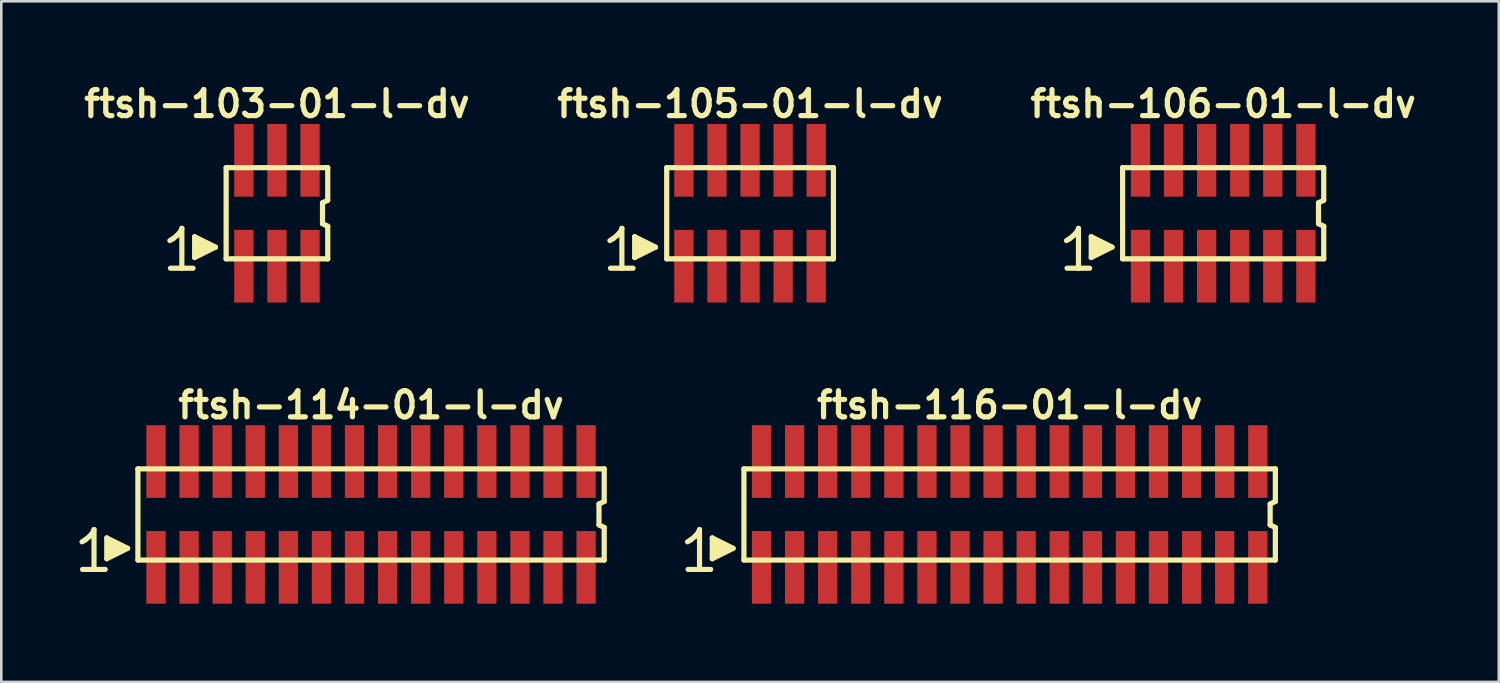
<source format=kicad_pcb>
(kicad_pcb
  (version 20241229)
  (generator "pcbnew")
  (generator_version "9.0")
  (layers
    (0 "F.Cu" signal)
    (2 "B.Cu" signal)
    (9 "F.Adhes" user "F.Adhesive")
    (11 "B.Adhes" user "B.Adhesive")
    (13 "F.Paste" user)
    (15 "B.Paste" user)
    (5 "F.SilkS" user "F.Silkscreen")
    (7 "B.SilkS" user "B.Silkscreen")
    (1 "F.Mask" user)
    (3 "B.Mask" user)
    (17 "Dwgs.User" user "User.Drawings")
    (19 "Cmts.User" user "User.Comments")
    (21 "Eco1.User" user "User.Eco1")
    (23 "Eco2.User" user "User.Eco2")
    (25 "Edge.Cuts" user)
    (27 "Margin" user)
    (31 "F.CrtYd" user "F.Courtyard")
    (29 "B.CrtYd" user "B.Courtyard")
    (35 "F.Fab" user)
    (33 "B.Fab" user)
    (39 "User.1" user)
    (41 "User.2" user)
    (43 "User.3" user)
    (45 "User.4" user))
  (footprint "ftsh-105-01-l-dv"
    (layer "F.Cu")
    (at 25.743 5.136)
    (property "Reference" "ftsh-105-01-l-dv" (at 0 -4.2 0) (layer "F.SilkS") (effects (font (size 1 1) (thickness 0.2))))
    (attr through_hole)
    (fp_line (start -5.38 1.05) (end -5.25 0.97) (stroke (width 0.198) (type solid)) (layer "F.SilkS"))
    (fp_line (start -5.25 0.97) (end -5.09 0.84) (stroke (width 0.198) (type solid)) (layer "F.SilkS"))
    (fp_line (start -5.09 0.84) (end -4.95 0.67) (stroke (width 0.198) (type solid)) (layer "F.SilkS"))
    (fp_line (start -4.95 0.67) (end -4.92 0.58) (stroke (width 0.198) (type solid)) (layer "F.SilkS"))
    (fp_line (start -4.92 0.58) (end -4.92 2.11) (stroke (width 0.198) (type solid)) (layer "F.SilkS"))
    (fp_line (start -4.92 2.11) (end -5.36 2.11) (stroke (width 0.198) (type solid)) (layer "F.SilkS"))
    (fp_line (start -4.49 2.11) (end -4.93 2.11) (stroke (width 0.198) (type solid)) (layer "F.SilkS"))
    (fp_line (start -4.43 0.9) (end -3.63 1.3) (stroke (width 0.198) (type solid)) (layer "F.SilkS"))
    (fp_line (start -4.43 1.7) (end -4.43 0.9) (stroke (width 0.198) (type solid)) (layer "F.SilkS"))
    (fp_line (start -4.33 1.6) (end -4.33 1) (stroke (width 0.198) (type solid)) (layer "F.SilkS"))
    (fp_line (start -4.23 1.1) (end -4.23 1.5) (stroke (width 0.198) (type solid)) (layer "F.SilkS"))
    (fp_line (start -4.13 1.5) (end -4.13 1.1) (stroke (width 0.198) (type solid)) (layer "F.SilkS"))
    (fp_line (start -4.03 1.2) (end -4.03 1.4) (stroke (width 0.198) (type solid)) (layer "F.SilkS"))
    (fp_line (start -3.93 1.4) (end -3.93 1.2) (stroke (width 0.198) (type solid)) (layer "F.SilkS"))
    (fp_line (start -3.63 1.3) (end -4.43 1.7) (stroke (width 0.198) (type solid)) (layer "F.SilkS"))
    (fp_line (start -3.2 -1.75) (end -3.2 1.75) (stroke (width 0.2) (type solid)) (layer "F.SilkS"))
    (fp_line (start -3.2 -1.75) (end 3.2 -1.75) (stroke (width 0.2) (type solid)) (layer "F.SilkS"))
    (fp_line (start -3.2 1.75) (end 3.2 1.75) (stroke (width 0.2) (type solid)) (layer "F.SilkS"))
    (fp_line (start 3.2 -1.75) (end 3.2 1.75) (stroke (width 0.2) (type solid)) (layer "F.SilkS"))
    (pad "1" smd rect (at -2.54 2.032) (size 0.74 2.79) (layers "F.Cu" "F.Mask" "F.Paste"))
    (pad "2" smd rect (at -2.54 -2.032) (size 0.74 2.79) (layers "F.Cu" "F.Mask" "F.Paste"))
    (pad "3" smd rect (at -1.27 2.032) (size 0.74 2.79) (layers "F.Cu" "F.Mask" "F.Paste"))
    (pad "4" smd rect (at -1.27 -2.032) (size 0.74 2.79) (layers "F.Cu" "F.Mask" "F.Paste"))
    (pad "5" smd rect (at 0 2.032) (size 0.74 2.79) (layers "F.Cu" "F.Mask" "F.Paste"))
    (pad "6" smd rect (at 0 -2.032) (size 0.74 2.79) (layers "F.Cu" "F.Mask" "F.Paste"))
    (pad "7" smd rect (at 1.27 2.032) (size 0.74 2.79) (layers "F.Cu" "F.Mask" "F.Paste"))
    (pad "8" smd rect (at 1.27 -2.032) (size 0.74 2.79) (layers "F.Cu" "F.Mask" "F.Paste"))
    (pad "9" smd rect (at 2.54 2.032) (size 0.74 2.79) (layers "F.Cu" "F.Mask" "F.Paste"))
    (pad "10" smd rect (at 2.54 -2.032) (size 0.74 2.79) (layers "F.Cu" "F.Mask" "F.Paste")))
  (footprint "ftsh-116-01-l-dv"
    (layer "F.Cu")
    (at 35.708 16.699)
    (property "Reference" "ftsh-116-01-l-dv" (at 0 -4.2 0) (layer "F.SilkS") (effects (font (size 1 1) (thickness 0.2))))
    (attr through_hole)
    (fp_line (start -12.365 1.05) (end -12.235 0.97) (stroke (width 0.198) (type solid)) (layer "F.SilkS"))
    (fp_line (start -12.235 0.97) (end -12.075 0.84) (stroke (width 0.198) (type solid)) (layer "F.SilkS"))
    (fp_line (start -12.075 0.84) (end -11.935 0.67) (stroke (width 0.198) (type solid)) (layer "F.SilkS"))
    (fp_line (start -11.935 0.67) (end -11.905 0.58) (stroke (width 0.198) (type solid)) (layer "F.SilkS"))
    (fp_line (start -11.905 0.58) (end -11.905 2.11) (stroke (width 0.198) (type solid)) (layer "F.SilkS"))
    (fp_line (start -11.905 2.11) (end -12.345 2.11) (stroke (width 0.198) (type solid)) (layer "F.SilkS"))
    (fp_line (start -11.475 2.11) (end -11.915 2.11) (stroke (width 0.198) (type solid)) (layer "F.SilkS"))
    (fp_line (start -11.415 0.9) (end -10.615 1.3) (stroke (width 0.198) (type solid)) (layer "F.SilkS"))
    (fp_line (start -11.415 1.7) (end -11.415 0.9) (stroke (width 0.198) (type solid)) (layer "F.SilkS"))
    (fp_line (start -11.315 1.6) (end -11.315 1) (stroke (width 0.198) (type solid)) (layer "F.SilkS"))
    (fp_line (start -11.215 1.1) (end -11.215 1.5) (stroke (width 0.198) (type solid)) (layer "F.SilkS"))
    (fp_line (start -11.115 1.5) (end -11.115 1.1) (stroke (width 0.198) (type solid)) (layer "F.SilkS"))
    (fp_line (start -11.015 1.2) (end -11.015 1.4) (stroke (width 0.198) (type solid)) (layer "F.SilkS"))
    (fp_line (start -10.915 1.4) (end -10.915 1.2) (stroke (width 0.198) (type solid)) (layer "F.SilkS"))
    (fp_line (start -10.615 1.3) (end -11.415 1.7) (stroke (width 0.198) (type solid)) (layer "F.SilkS"))
    (fp_line (start -10.2 -1.75) (end -10.2 1.75) (stroke (width 0.2) (type solid)) (layer "F.SilkS"))
    (fp_line (start -10.2 -1.75) (end 10.2 -1.75) (stroke (width 0.2) (type solid)) (layer "F.SilkS"))
    (fp_line (start -10.2 1.75) (end 10.2 1.75) (stroke (width 0.2) (type solid)) (layer "F.SilkS"))
    (fp_line (start 10 -0.4) (end 10 0.4) (stroke (width 0.2) (type solid)) (layer "F.SilkS"))
    (fp_line (start 10 0.4) (end 10.2 0.5) (stroke (width 0.2) (type solid)) (layer "F.SilkS"))
    (fp_line (start 10.2 -0.5) (end 10 -0.4) (stroke (width 0.2) (type solid)) (layer "F.SilkS"))
    (fp_line (start 10.2 -0.5) (end 10.2 -1.75) (stroke (width 0.2) (type solid)) (layer "F.SilkS"))
    (fp_line (start 10.2 0.5) (end 10.2 1.75) (stroke (width 0.2) (type solid)) (layer "F.SilkS"))
    (pad "1" smd rect (at -9.525 2.032) (size 0.74 2.79) (layers "F.Cu" "F.Mask" "F.Paste"))
    (pad "2" smd rect (at -9.525 -2.032) (size 0.74 2.79) (layers "F.Cu" "F.Mask" "F.Paste"))
    (pad "3" smd rect (at -8.255 2.032) (size 0.74 2.79) (layers "F.Cu" "F.Mask" "F.Paste"))
    (pad "4" smd rect (at -8.255 -2.032) (size 0.74 2.79) (layers "F.Cu" "F.Mask" "F.Paste"))
    (pad "5" smd rect (at -6.985 2.032) (size 0.74 2.79) (layers "F.Cu" "F.Mask" "F.Paste"))
    (pad "6" smd rect (at -6.985 -2.032) (size 0.74 2.79) (layers "F.Cu" "F.Mask" "F.Paste"))
    (pad "7" smd rect (at -5.715 2.032) (size 0.74 2.79) (layers "F.Cu" "F.Mask" "F.Paste"))
    (pad "8" smd rect (at -5.715 -2.032) (size 0.74 2.79) (layers "F.Cu" "F.Mask" "F.Paste"))
    (pad "9" smd rect (at -4.445 2.032) (size 0.74 2.79) (layers "F.Cu" "F.Mask" "F.Paste"))
    (pad "10" smd rect (at -4.445 -2.032) (size 0.74 2.79) (layers "F.Cu" "F.Mask" "F.Paste"))
    (pad "11" smd rect (at -3.175 2.032) (size 0.74 2.79) (layers "F.Cu" "F.Mask" "F.Paste"))
    (pad "12" smd rect (at -3.175 -2.032) (size 0.74 2.79) (layers "F.Cu" "F.Mask" "F.Paste"))
    (pad "13" smd rect (at -1.905 2.032) (size 0.74 2.79) (layers "F.Cu" "F.Mask" "F.Paste"))
    (pad "14" smd rect (at -1.905 -2.032) (size 0.74 2.79) (layers "F.Cu" "F.Mask" "F.Paste"))
    (pad "15" smd rect (at -0.635 2.032) (size 0.74 2.79) (layers "F.Cu" "F.Mask" "F.Paste"))
    (pad "16" smd rect (at -0.635 -2.032) (size 0.74 2.79) (layers "F.Cu" "F.Mask" "F.Paste"))
    (pad "17" smd rect (at 0.635 2.032) (size 0.74 2.79) (layers "F.Cu" "F.Mask" "F.Paste"))
    (pad "18" smd rect (at 0.635 -2.032) (size 0.74 2.79) (layers "F.Cu" "F.Mask" "F.Paste"))
    (pad "19" smd rect (at 1.905 2.032) (size 0.74 2.79) (layers "F.Cu" "F.Mask" "F.Paste"))
    (pad "20" smd rect (at 1.905 -2.032) (size 0.74 2.79) (layers "F.Cu" "F.Mask" "F.Paste"))
    (pad "21" smd rect (at 3.175 2.032) (size 0.74 2.79) (layers "F.Cu" "F.Mask" "F.Paste"))
    (pad "22" smd rect (at 3.175 -2.032) (size 0.74 2.79) (layers "F.Cu" "F.Mask" "F.Paste"))
    (pad "23" smd rect (at 4.445 2.032) (size 0.74 2.79) (layers "F.Cu" "F.Mask" "F.Paste"))
    (pad "24" smd rect (at 4.445 -2.032) (size 0.74 2.79) (layers "F.Cu" "F.Mask" "F.Paste"))
    (pad "25" smd rect (at 5.715 2.032) (size 0.74 2.79) (layers "F.Cu" "F.Mask" "F.Paste"))
    (pad "26" smd rect (at 5.715 -2.032) (size 0.74 2.79) (layers "F.Cu" "F.Mask" "F.Paste"))
    (pad "27" smd rect (at 6.985 2.032) (size 0.74 2.79) (layers "F.Cu" "F.Mask" "F.Paste"))
    (pad "28" smd rect (at 6.985 -2.032) (size 0.74 2.79) (layers "F.Cu" "F.Mask" "F.Paste"))
    (pad "29" smd rect (at 8.255 2.032) (size 0.74 2.79) (layers "F.Cu" "F.Mask" "F.Paste"))
    (pad "30" smd rect (at 8.255 -2.032) (size 0.74 2.79) (layers "F.Cu" "F.Mask" "F.Paste"))
    (pad "31" smd rect (at 9.525 2.032) (size 0.74 2.79) (layers "F.Cu" "F.Mask" "F.Paste"))
    (pad "32" smd rect (at 9.525 -2.032) (size 0.74 2.79) (layers "F.Cu" "F.Mask" "F.Paste")))
  (footprint "ftsh-103-01-l-dv"
    (layer "F.Cu")
    (at 7.581 5.136)
    (property "Reference" "ftsh-103-01-l-dv" (at 0 -4.2 0) (layer "F.SilkS") (effects (font (size 1 1) (thickness 0.2))))
    (attr through_hole)
    (fp_line (start -4.11 1.05) (end -3.98 0.97) (stroke (width 0.198) (type solid)) (layer "F.SilkS"))
    (fp_line (start -3.98 0.97) (end -3.82 0.84) (stroke (width 0.198) (type solid)) (layer "F.SilkS"))
    (fp_line (start -3.82 0.84) (end -3.68 0.67) (stroke (width 0.198) (type solid)) (layer "F.SilkS"))
    (fp_line (start -3.68 0.67) (end -3.65 0.58) (stroke (width 0.198) (type solid)) (layer "F.SilkS"))
    (fp_line (start -3.65 0.58) (end -3.65 2.11) (stroke (width 0.198) (type solid)) (layer "F.SilkS"))
    (fp_line (start -3.65 2.11) (end -4.09 2.11) (stroke (width 0.198) (type solid)) (layer "F.SilkS"))
    (fp_line (start -3.22 2.11) (end -3.66 2.11) (stroke (width 0.198) (type solid)) (layer "F.SilkS"))
    (fp_line (start -3.16 0.9) (end -2.36 1.3) (stroke (width 0.198) (type solid)) (layer "F.SilkS"))
    (fp_line (start -3.16 1.7) (end -3.16 0.9) (stroke (width 0.198) (type solid)) (layer "F.SilkS"))
    (fp_line (start -3.06 1.6) (end -3.06 1) (stroke (width 0.198) (type solid)) (layer "F.SilkS"))
    (fp_line (start -2.96 1.1) (end -2.96 1.5) (stroke (width 0.198) (type solid)) (layer "F.SilkS"))
    (fp_line (start -2.86 1.5) (end -2.86 1.1) (stroke (width 0.198) (type solid)) (layer "F.SilkS"))
    (fp_line (start -2.76 1.2) (end -2.76 1.4) (stroke (width 0.198) (type solid)) (layer "F.SilkS"))
    (fp_line (start -2.66 1.4) (end -2.66 1.2) (stroke (width 0.198) (type solid)) (layer "F.SilkS"))
    (fp_line (start -2.36 1.3) (end -3.16 1.7) (stroke (width 0.198) (type solid)) (layer "F.SilkS"))
    (fp_line (start -1.95 -1.75) (end -1.95 1.75) (stroke (width 0.2) (type solid)) (layer "F.SilkS"))
    (fp_line (start -1.95 -1.75) (end 1.95 -1.75) (stroke (width 0.2) (type solid)) (layer "F.SilkS"))
    (fp_line (start -1.95 1.75) (end 1.95 1.75) (stroke (width 0.2) (type solid)) (layer "F.SilkS"))
    (fp_line (start 1.75 -0.4) (end 1.75 0.4) (stroke (width 0.2) (type solid)) (layer "F.SilkS"))
    (fp_line (start 1.75 -0.4) (end 1.95 -0.5) (stroke (width 0.2) (type solid)) (layer "F.SilkS"))
    (fp_line (start 1.75 0.4) (end 1.95 0.5) (stroke (width 0.2) (type solid)) (layer "F.SilkS"))
    (fp_line (start 1.95 -0.5) (end 1.95 -1.75) (stroke (width 0.2) (type solid)) (layer "F.SilkS"))
    (fp_line (start 1.95 0.5) (end 1.95 1.75) (stroke (width 0.2) (type solid)) (layer "F.SilkS"))
    (pad "1" smd rect (at -1.27 2.032) (size 0.74 2.79) (layers "F.Cu" "F.Mask" "F.Paste"))
    (pad "2" smd rect (at -1.27 -2.032) (size 0.74 2.79) (layers "F.Cu" "F.Mask" "F.Paste"))
    (pad "3" smd rect (at 0 2.032) (size 0.74 2.79) (layers "F.Cu" "F.Mask" "F.Paste"))
    (pad "4" smd rect (at 0 -2.032) (size 0.74 2.79) (layers "F.Cu" "F.Mask" "F.Paste"))
    (pad "5" smd rect (at 1.27 2.032) (size 0.74 2.79) (layers "F.Cu" "F.Mask" "F.Paste"))
    (pad "6" smd rect (at 1.27 -2.032) (size 0.74 2.79) (layers "F.Cu" "F.Mask" "F.Paste")))
  (footprint "ftsh-106-01-l-dv"
    (layer "F.Cu")
    (at 43.905 5.136)
    (property "Reference" "ftsh-106-01-l-dv" (at 0 -4.2 0) (layer "F.SilkS") (effects (font (size 1 1) (thickness 0.2))))
    (attr through_hole)
    (fp_line (start -6.015 1.05) (end -5.885 0.97) (stroke (width 0.198) (type solid)) (layer "F.SilkS"))
    (fp_line (start -5.885 0.97) (end -5.725 0.84) (stroke (width 0.198) (type solid)) (layer "F.SilkS"))
    (fp_line (start -5.725 0.84) (end -5.585 0.67) (stroke (width 0.198) (type solid)) (layer "F.SilkS"))
    (fp_line (start -5.585 0.67) (end -5.555 0.58) (stroke (width 0.198) (type solid)) (layer "F.SilkS"))
    (fp_line (start -5.555 0.58) (end -5.555 2.11) (stroke (width 0.198) (type solid)) (layer "F.SilkS"))
    (fp_line (start -5.555 2.11) (end -5.995 2.11) (stroke (width 0.198) (type solid)) (layer "F.SilkS"))
    (fp_line (start -5.125 2.11) (end -5.565 2.11) (stroke (width 0.198) (type solid)) (layer "F.SilkS"))
    (fp_line (start -5.065 0.9) (end -4.265 1.3) (stroke (width 0.198) (type solid)) (layer "F.SilkS"))
    (fp_line (start -5.065 1.7) (end -5.065 0.9) (stroke (width 0.198) (type solid)) (layer "F.SilkS"))
    (fp_line (start -4.965 1.6) (end -4.965 1) (stroke (width 0.198) (type solid)) (layer "F.SilkS"))
    (fp_line (start -4.865 1.1) (end -4.865 1.5) (stroke (width 0.198) (type solid)) (layer "F.SilkS"))
    (fp_line (start -4.765 1.5) (end -4.765 1.1) (stroke (width 0.198) (type solid)) (layer "F.SilkS"))
    (fp_line (start -4.665 1.2) (end -4.665 1.4) (stroke (width 0.198) (type solid)) (layer "F.SilkS"))
    (fp_line (start -4.565 1.4) (end -4.565 1.2) (stroke (width 0.198) (type solid)) (layer "F.SilkS"))
    (fp_line (start -4.265 1.3) (end -5.065 1.7) (stroke (width 0.198) (type solid)) (layer "F.SilkS"))
    (fp_line (start -3.86 -1.75) (end -3.86 1.75) (stroke (width 0.2) (type solid)) (layer "F.SilkS"))
    (fp_line (start -3.86 -1.75) (end 3.86 -1.75) (stroke (width 0.2) (type solid)) (layer "F.SilkS"))
    (fp_line (start -3.86 1.75) (end 3.86 1.75) (stroke (width 0.2) (type solid)) (layer "F.SilkS"))
    (fp_line (start 3.66 -0.4) (end 3.66 0.4) (stroke (width 0.2) (type solid)) (layer "F.SilkS"))
    (fp_line (start 3.66 0.4) (end 3.86 0.5) (stroke (width 0.2) (type solid)) (layer "F.SilkS"))
    (fp_line (start 3.86 -0.5) (end 3.66 -0.4) (stroke (width 0.2) (type solid)) (layer "F.SilkS"))
    (fp_line (start 3.86 -0.5) (end 3.86 -1.75) (stroke (width 0.2) (type solid)) (layer "F.SilkS"))
    (fp_line (start 3.86 0.5) (end 3.86 1.75) (stroke (width 0.2) (type solid)) (layer "F.SilkS"))
    (pad "1" smd rect (at -3.175 2.032) (size 0.74 2.79) (layers "F.Cu" "F.Mask" "F.Paste"))
    (pad "2" smd rect (at -3.175 -2.032) (size 0.74 2.79) (layers "F.Cu" "F.Mask" "F.Paste"))
    (pad "3" smd rect (at -1.905 2.032) (size 0.74 2.79) (layers "F.Cu" "F.Mask" "F.Paste"))
    (pad "4" smd rect (at -1.905 -2.032) (size 0.74 2.79) (layers "F.Cu" "F.Mask" "F.Paste"))
    (pad "5" smd rect (at -0.635 2.032) (size 0.74 2.79) (layers "F.Cu" "F.Mask" "F.Paste"))
    (pad "6" smd rect (at -0.635 -2.032) (size 0.74 2.79) (layers "F.Cu" "F.Mask" "F.Paste"))
    (pad "7" smd rect (at 0.635 2.032) (size 0.74 2.79) (layers "F.Cu" "F.Mask" "F.Paste"))
    (pad "8" smd rect (at 0.635 -2.032) (size 0.74 2.79) (layers "F.Cu" "F.Mask" "F.Paste"))
    (pad "9" smd rect (at 1.905 2.032) (size 0.74 2.79) (layers "F.Cu" "F.Mask" "F.Paste"))
    (pad "10" smd rect (at 1.905 -2.032) (size 0.74 2.79) (layers "F.Cu" "F.Mask" "F.Paste"))
    (pad "11" smd rect (at 3.175 2.032) (size 0.74 2.79) (layers "F.Cu" "F.Mask" "F.Paste"))
    (pad "12" smd rect (at 3.175 -2.032) (size 0.74 2.79) (layers "F.Cu" "F.Mask" "F.Paste")))
  (footprint "ftsh-114-01-l-dv"
    (layer "F.Cu")
    (at 11.194 16.699)
    (property "Reference" "ftsh-114-01-l-dv" (at 0 -4.2 0) (layer "F.SilkS") (effects (font (size 1 1) (thickness 0.2))))
    (attr through_hole)
    (fp_line (start -11.095 1.05) (end -10.965 0.97) (stroke (width 0.198) (type solid)) (layer "F.SilkS"))
    (fp_line (start -10.965 0.97) (end -10.805 0.84) (stroke (width 0.198) (type solid)) (layer "F.SilkS"))
    (fp_line (start -10.805 0.84) (end -10.665 0.67) (stroke (width 0.198) (type solid)) (layer "F.SilkS"))
    (fp_line (start -10.665 0.67) (end -10.635 0.58) (stroke (width 0.198) (type solid)) (layer "F.SilkS"))
    (fp_line (start -10.635 0.58) (end -10.635 2.11) (stroke (width 0.198) (type solid)) (layer "F.SilkS"))
    (fp_line (start -10.635 2.11) (end -11.075 2.11) (stroke (width 0.198) (type solid)) (layer "F.SilkS"))
    (fp_line (start -10.205 2.11) (end -10.645 2.11) (stroke (width 0.198) (type solid)) (layer "F.SilkS"))
    (fp_line (start -10.145 0.9) (end -9.345 1.3) (stroke (width 0.198) (type solid)) (layer "F.SilkS"))
    (fp_line (start -10.145 1.7) (end -10.145 0.9) (stroke (width 0.198) (type solid)) (layer "F.SilkS"))
    (fp_line (start -10.045 1.6) (end -10.045 1) (stroke (width 0.198) (type solid)) (layer "F.SilkS"))
    (fp_line (start -9.945 1.1) (end -9.945 1.5) (stroke (width 0.198) (type solid)) (layer "F.SilkS"))
    (fp_line (start -9.845 1.5) (end -9.845 1.1) (stroke (width 0.198) (type solid)) (layer "F.SilkS"))
    (fp_line (start -9.745 1.2) (end -9.745 1.4) (stroke (width 0.198) (type solid)) (layer "F.SilkS"))
    (fp_line (start -9.645 1.4) (end -9.645 1.2) (stroke (width 0.198) (type solid)) (layer "F.SilkS"))
    (fp_line (start -9.345 1.3) (end -10.145 1.7) (stroke (width 0.198) (type solid)) (layer "F.SilkS"))
    (fp_line (start -8.95 -1.75) (end -8.95 1.75) (stroke (width 0.2) (type solid)) (layer "F.SilkS"))
    (fp_line (start -8.95 -1.75) (end 8.95 -1.75) (stroke (width 0.2) (type solid)) (layer "F.SilkS"))
    (fp_line (start -8.95 1.75) (end 8.95 1.75) (stroke (width 0.2) (type solid)) (layer "F.SilkS"))
    (fp_line (start 8.75 -0.4) (end 8.75 0.4) (stroke (width 0.2) (type solid)) (layer "F.SilkS"))
    (fp_line (start 8.75 0.4) (end 8.95 0.5) (stroke (width 0.2) (type solid)) (layer "F.SilkS"))
    (fp_line (start 8.95 -0.5) (end 8.75 -0.4) (stroke (width 0.2) (type solid)) (layer "F.SilkS"))
    (fp_line (start 8.95 -0.5) (end 8.95 -1.75) (stroke (width 0.2) (type solid)) (layer "F.SilkS"))
    (fp_line (start 8.95 0.5) (end 8.95 1.75) (stroke (width 0.2) (type solid)) (layer "F.SilkS"))
    (pad "1" smd rect (at -8.255 2.032) (size 0.74 2.79) (layers "F.Cu" "F.Mask" "F.Paste"))
    (pad "2" smd rect (at -8.255 -2.032) (size 0.74 2.79) (layers "F.Cu" "F.Mask" "F.Paste"))
    (pad "3" smd rect (at -6.985 2.032) (size 0.74 2.79) (layers "F.Cu" "F.Mask" "F.Paste"))
    (pad "4" smd rect (at -6.985 -2.032) (size 0.74 2.79) (layers "F.Cu" "F.Mask" "F.Paste"))
    (pad "5" smd rect (at -5.715 2.032) (size 0.74 2.79) (layers "F.Cu" "F.Mask" "F.Paste"))
    (pad "6" smd rect (at -5.715 -2.032) (size 0.74 2.79) (layers "F.Cu" "F.Mask" "F.Paste"))
    (pad "7" smd rect (at -4.445 2.032) (size 0.74 2.79) (layers "F.Cu" "F.Mask" "F.Paste"))
    (pad "8" smd rect (at -4.445 -2.032) (size 0.74 2.79) (layers "F.Cu" "F.Mask" "F.Paste"))
    (pad "9" smd rect (at -3.175 2.032) (size 0.74 2.79) (layers "F.Cu" "F.Mask" "F.Paste"))
    (pad "10" smd rect (at -3.175 -2.032) (size 0.74 2.79) (layers "F.Cu" "F.Mask" "F.Paste"))
    (pad "11" smd rect (at -1.905 2.032) (size 0.74 2.79) (layers "F.Cu" "F.Mask" "F.Paste"))
    (pad "12" smd rect (at -1.905 -2.032) (size 0.74 2.79) (layers "F.Cu" "F.Mask" "F.Paste"))
    (pad "13" smd rect (at -0.635 2.032) (size 0.74 2.79) (layers "F.Cu" "F.Mask" "F.Paste"))
    (pad "14" smd rect (at -0.635 -2.032) (size 0.74 2.79) (layers "F.Cu" "F.Mask" "F.Paste"))
    (pad "15" smd rect (at 0.635 2.032) (size 0.74 2.79) (layers "F.Cu" "F.Mask" "F.Paste"))
    (pad "16" smd rect (at 0.635 -2.032) (size 0.74 2.79) (layers "F.Cu" "F.Mask" "F.Paste"))
    (pad "17" smd rect (at 1.905 2.032) (size 0.74 2.79) (layers "F.Cu" "F.Mask" "F.Paste"))
    (pad "18" smd rect (at 1.905 -2.032) (size 0.74 2.79) (layers "F.Cu" "F.Mask" "F.Paste"))
    (pad "19" smd rect (at 3.175 2.032) (size 0.74 2.79) (layers "F.Cu" "F.Mask" "F.Paste"))
    (pad "20" smd rect (at 3.175 -2.032) (size 0.74 2.79) (layers "F.Cu" "F.Mask" "F.Paste"))
    (pad "21" smd rect (at 4.445 2.032) (size 0.74 2.79) (layers "F.Cu" "F.Mask" "F.Paste"))
    (pad "22" smd rect (at 4.445 -2.032) (size 0.74 2.79) (layers "F.Cu" "F.Mask" "F.Paste"))
    (pad "23" smd rect (at 5.715 2.032) (size 0.74 2.79) (layers "F.Cu" "F.Mask" "F.Paste"))
    (pad "24" smd rect (at 5.715 -2.032) (size 0.74 2.79) (layers "F.Cu" "F.Mask" "F.Paste"))
    (pad "25" smd rect (at 6.985 2.032) (size 0.74 2.79) (layers "F.Cu" "F.Mask" "F.Paste"))
    (pad "26" smd rect (at 6.985 -2.032) (size 0.74 2.79) (layers "F.Cu" "F.Mask" "F.Paste"))
    (pad "27" smd rect (at 8.255 2.032) (size 0.74 2.79) (layers "F.Cu" "F.Mask" "F.Paste"))
    (pad "28" smd rect (at 8.255 -2.032) (size 0.74 2.79) (layers "F.Cu" "F.Mask" "F.Paste")))
  (gr_rect
    (start -3 -3)
    (end 54.486 23.126)
    (stroke (width 0.1) (type default))
    (fill no)
    (layer "Edge.Cuts")))
</source>
